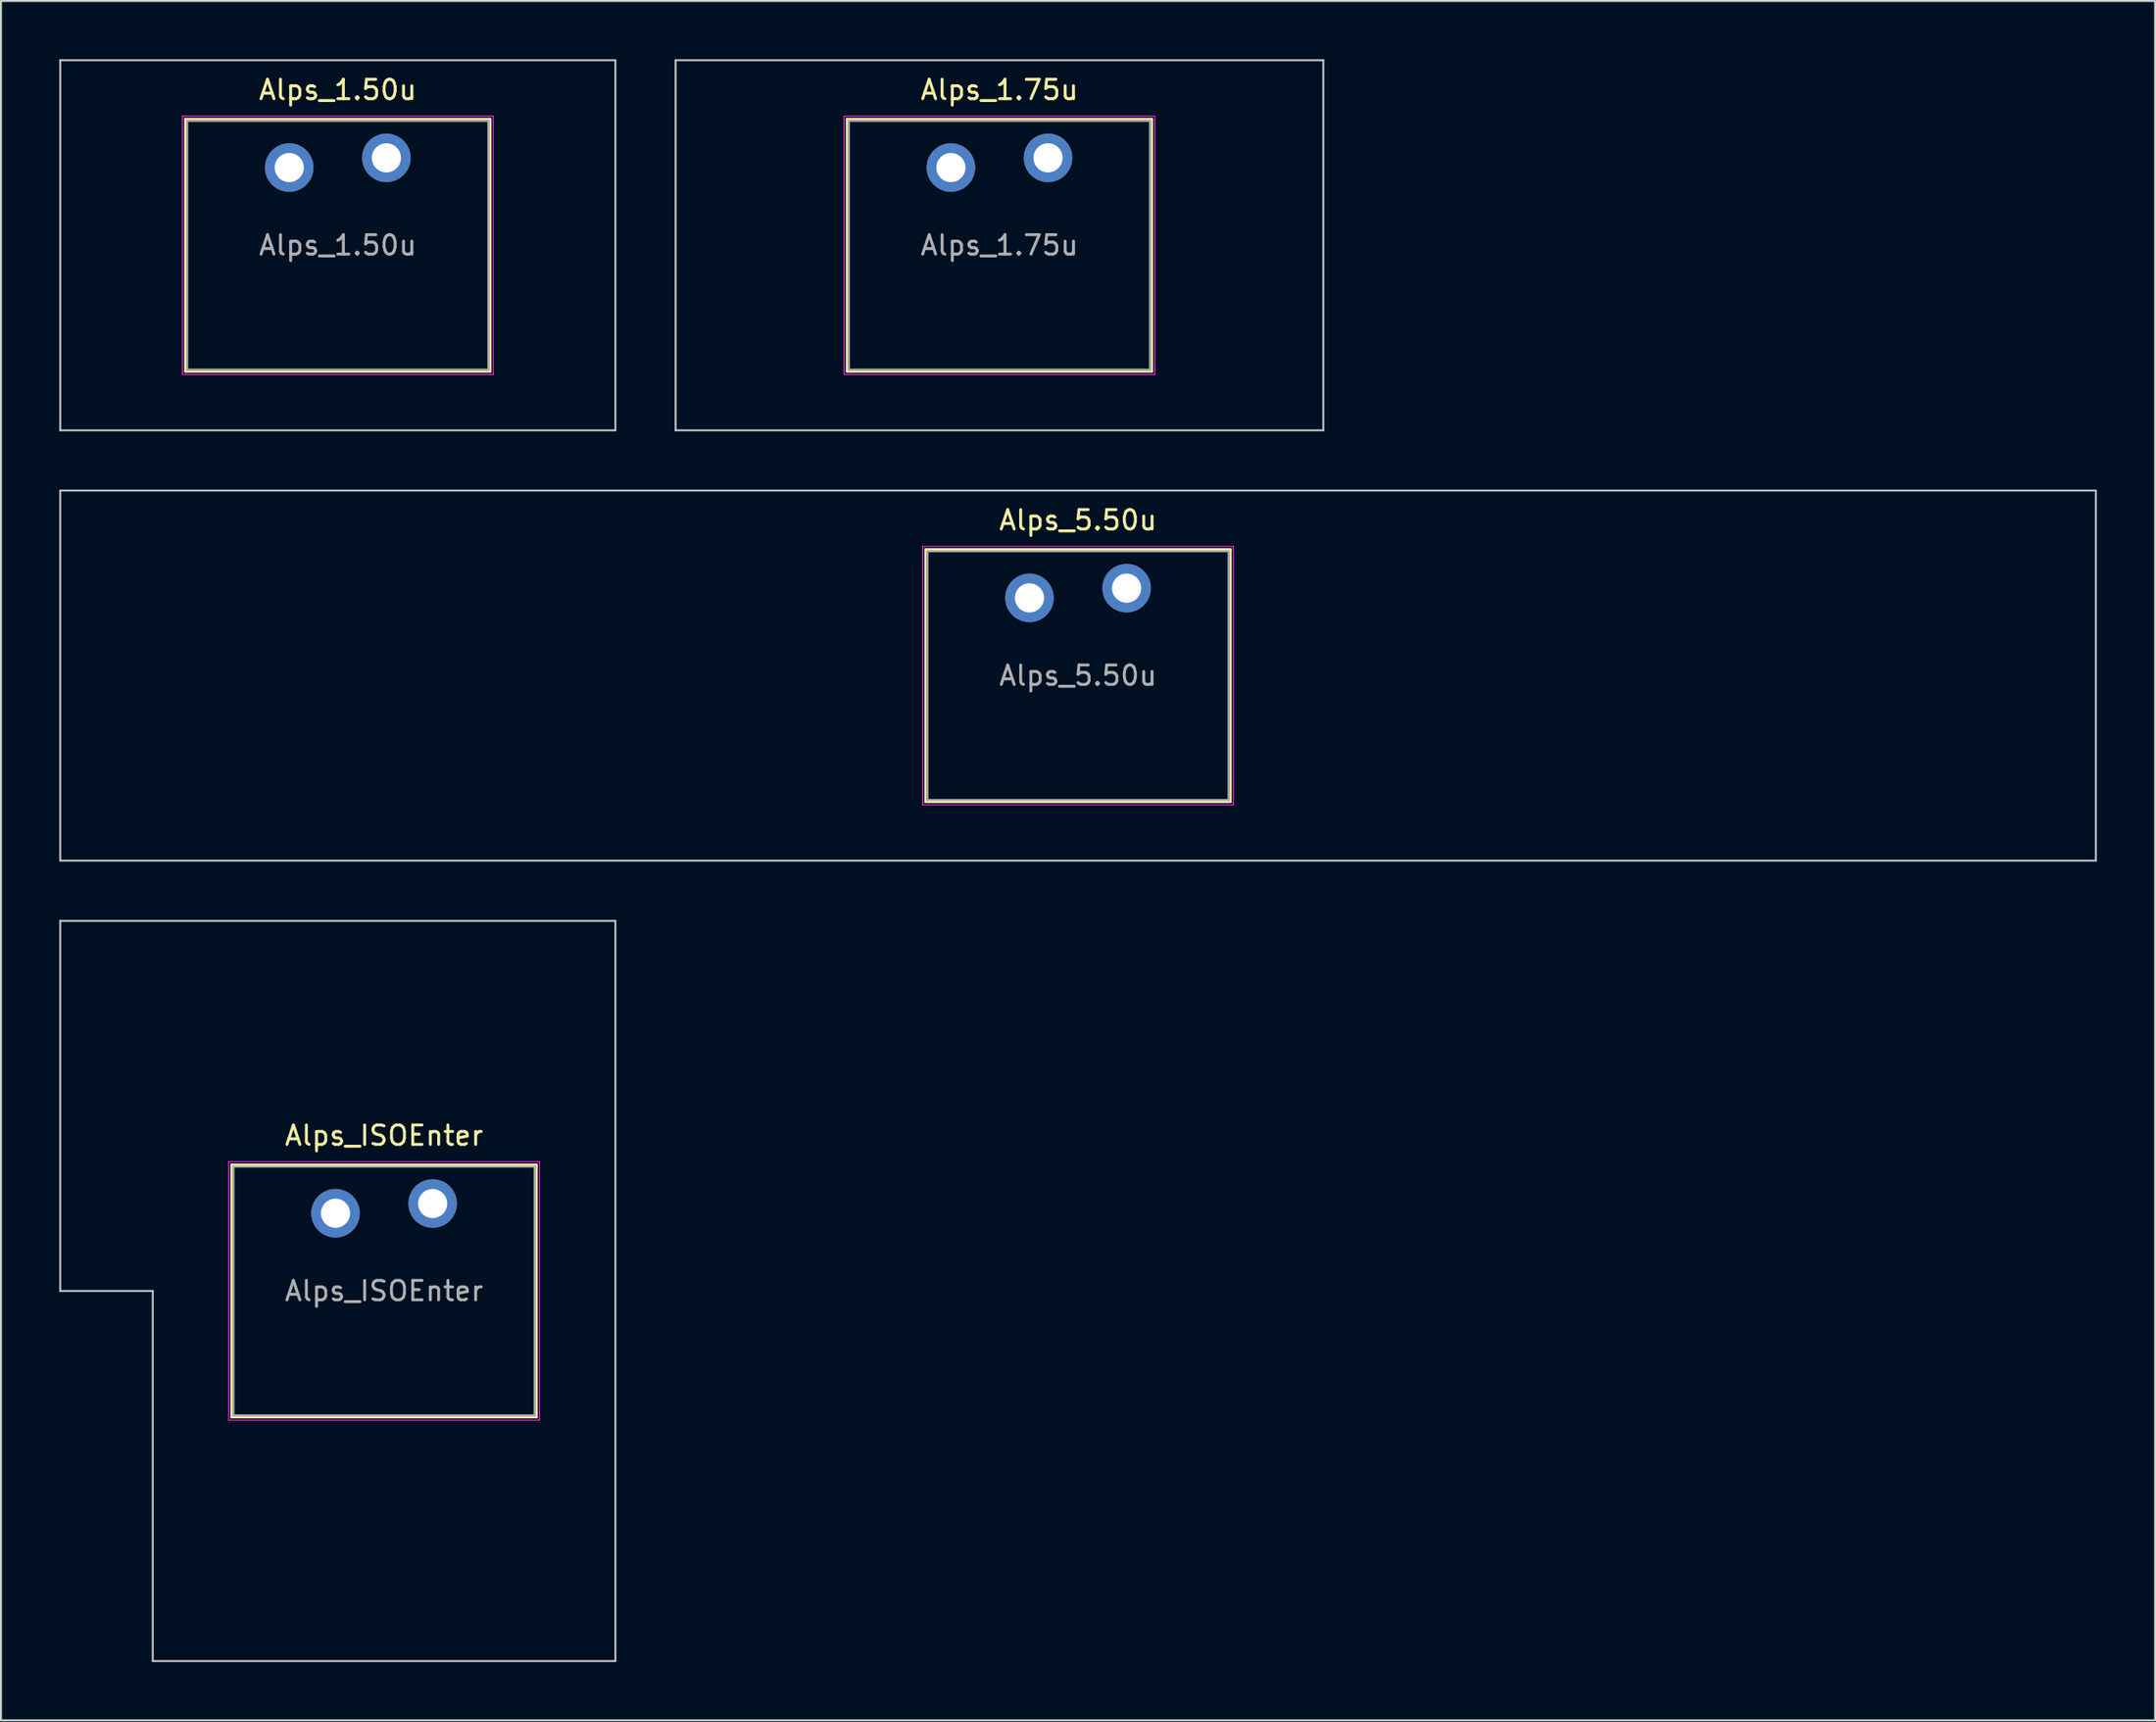
<source format=kicad_pcb>
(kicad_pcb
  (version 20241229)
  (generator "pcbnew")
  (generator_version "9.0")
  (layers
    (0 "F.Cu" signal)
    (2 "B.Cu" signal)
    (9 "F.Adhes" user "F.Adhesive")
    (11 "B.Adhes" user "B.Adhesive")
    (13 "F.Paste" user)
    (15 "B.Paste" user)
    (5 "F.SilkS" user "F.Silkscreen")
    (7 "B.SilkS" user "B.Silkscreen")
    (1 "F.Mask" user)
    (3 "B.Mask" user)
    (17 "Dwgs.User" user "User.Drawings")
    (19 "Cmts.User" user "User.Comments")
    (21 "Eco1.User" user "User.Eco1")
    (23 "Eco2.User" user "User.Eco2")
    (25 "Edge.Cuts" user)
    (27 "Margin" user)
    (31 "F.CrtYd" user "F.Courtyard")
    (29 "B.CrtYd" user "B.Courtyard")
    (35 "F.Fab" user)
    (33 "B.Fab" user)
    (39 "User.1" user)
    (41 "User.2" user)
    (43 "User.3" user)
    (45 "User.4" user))
  (footprint "Alps_5.50u"
    (layer "F.Cu")
    (at 52.438 31.725)
    (property "Reference" "Alps_5.50u" (at 0 -8 0) (layer "F.SilkS") (effects (font (size 1 1) (thickness 0.15))))
    (attr through_hole)
    (fp_line (start -7.85 -6.5) (end -7.85 6.5) (stroke (width 0.12) (type solid)) (layer "F.SilkS"))
    (fp_line (start -7.85 6.5) (end 7.85 6.5) (stroke (width 0.12) (type solid)) (layer "F.SilkS"))
    (fp_line (start 7.85 -6.5) (end -7.85 -6.5) (stroke (width 0.12) (type solid)) (layer "F.SilkS"))
    (fp_line (start 7.85 6.5) (end 7.85 -6.5) (stroke (width 0.12) (type solid)) (layer "F.SilkS"))
    (fp_line (start -52.388 -9.525) (end -52.388 9.525) (stroke (width 0.1) (type solid)) (layer "Dwgs.User"))
    (fp_line (start -52.388 9.525) (end 52.388 9.525) (stroke (width 0.1) (type solid)) (layer "Dwgs.User"))
    (fp_line (start 52.388 -9.525) (end -52.388 -9.525) (stroke (width 0.1) (type solid)) (layer "Dwgs.User"))
    (fp_line (start 52.388 9.525) (end 52.388 -9.525) (stroke (width 0.1) (type solid)) (layer "Dwgs.User"))
    (fp_line (start -7.75 -6.4) (end -7.75 6.4) (stroke (width 0.1) (type solid)) (layer "Eco1.User"))
    (fp_line (start -7.75 6.4) (end 7.75 6.4) (stroke (width 0.1) (type solid)) (layer "Eco1.User"))
    (fp_line (start 7.75 -6.4) (end -7.75 -6.4) (stroke (width 0.1) (type solid)) (layer "Eco1.User"))
    (fp_line (start 7.75 6.4) (end 7.75 -6.4) (stroke (width 0.1) (type solid)) (layer "Eco1.User"))
    (fp_line (start -8 -6.65) (end -8 6.65) (stroke (width 0.05) (type solid)) (layer "F.CrtYd"))
    (fp_line (start -8 6.65) (end 8 6.65) (stroke (width 0.05) (type solid)) (layer "F.CrtYd"))
    (fp_line (start 8 -6.65) (end -8 -6.65) (stroke (width 0.05) (type solid)) (layer "F.CrtYd"))
    (fp_line (start 8 6.65) (end 8 -6.65) (stroke (width 0.05) (type solid)) (layer "F.CrtYd"))
    (fp_line (start -7.75 -6.4) (end -7.75 6.4) (stroke (width 0.1) (type solid)) (layer "F.Fab"))
    (fp_line (start -7.75 6.4) (end 7.75 6.4) (stroke (width 0.1) (type solid)) (layer "F.Fab"))
    (fp_line (start 7.75 -6.4) (end -7.75 -6.4) (stroke (width 0.1) (type solid)) (layer "F.Fab"))
    (fp_line (start 7.75 6.4) (end 7.75 -6.4) (stroke (width 0.1) (type solid)) (layer "F.Fab"))
    (fp_text user "${REFERENCE}" (at 0 0 0) (layer "F.Fab") (effects (font (size 1 1) (thickness 0.15))))
    (pad "1" thru_hole circle (at -2.5 -4) (size 2.5 2.5) (drill 1.5) (layers "*.Cu" "*.Mask"))
    (pad "2" thru_hole circle (at 2.5 -4.5) (size 2.5 2.5) (drill 1.5) (layers "*.Cu" "*.Mask")))
  (footprint "Alps_1.75u"
    (layer "F.Cu")
    (at 48.394 9.575)
    (property "Reference" "Alps_1.75u" (at 0 -8 0) (layer "F.SilkS") (effects (font (size 1 1) (thickness 0.15))))
    (attr through_hole)
    (fp_line (start -7.85 -6.5) (end -7.85 6.5) (stroke (width 0.12) (type solid)) (layer "F.SilkS"))
    (fp_line (start -7.85 6.5) (end 7.85 6.5) (stroke (width 0.12) (type solid)) (layer "F.SilkS"))
    (fp_line (start 7.85 -6.5) (end -7.85 -6.5) (stroke (width 0.12) (type solid)) (layer "F.SilkS"))
    (fp_line (start 7.85 6.5) (end 7.85 -6.5) (stroke (width 0.12) (type solid)) (layer "F.SilkS"))
    (fp_line (start -16.669 -9.525) (end -16.669 9.525) (stroke (width 0.1) (type solid)) (layer "Dwgs.User"))
    (fp_line (start -16.669 9.525) (end 16.669 9.525) (stroke (width 0.1) (type solid)) (layer "Dwgs.User"))
    (fp_line (start 16.669 -9.525) (end -16.669 -9.525) (stroke (width 0.1) (type solid)) (layer "Dwgs.User"))
    (fp_line (start 16.669 9.525) (end 16.669 -9.525) (stroke (width 0.1) (type solid)) (layer "Dwgs.User"))
    (fp_line (start -7.75 -6.4) (end -7.75 6.4) (stroke (width 0.1) (type solid)) (layer "Eco1.User"))
    (fp_line (start -7.75 6.4) (end 7.75 6.4) (stroke (width 0.1) (type solid)) (layer "Eco1.User"))
    (fp_line (start 7.75 -6.4) (end -7.75 -6.4) (stroke (width 0.1) (type solid)) (layer "Eco1.User"))
    (fp_line (start 7.75 6.4) (end 7.75 -6.4) (stroke (width 0.1) (type solid)) (layer "Eco1.User"))
    (fp_line (start -8 -6.65) (end -8 6.65) (stroke (width 0.05) (type solid)) (layer "F.CrtYd"))
    (fp_line (start -8 6.65) (end 8 6.65) (stroke (width 0.05) (type solid)) (layer "F.CrtYd"))
    (fp_line (start 8 -6.65) (end -8 -6.65) (stroke (width 0.05) (type solid)) (layer "F.CrtYd"))
    (fp_line (start 8 6.65) (end 8 -6.65) (stroke (width 0.05) (type solid)) (layer "F.CrtYd"))
    (fp_line (start -7.75 -6.4) (end -7.75 6.4) (stroke (width 0.1) (type solid)) (layer "F.Fab"))
    (fp_line (start -7.75 6.4) (end 7.75 6.4) (stroke (width 0.1) (type solid)) (layer "F.Fab"))
    (fp_line (start 7.75 -6.4) (end -7.75 -6.4) (stroke (width 0.1) (type solid)) (layer "F.Fab"))
    (fp_line (start 7.75 6.4) (end 7.75 -6.4) (stroke (width 0.1) (type solid)) (layer "F.Fab"))
    (fp_text user "${REFERENCE}" (at 0 0 0) (layer "F.Fab") (effects (font (size 1 1) (thickness 0.15))))
    (pad "1" thru_hole circle (at -2.5 -4) (size 2.5 2.5) (drill 1.5) (layers "*.Cu" "*.Mask"))
    (pad "2" thru_hole circle (at 2.5 -4.5) (size 2.5 2.5) (drill 1.5) (layers "*.Cu" "*.Mask")))
  (footprint "Alps_ISOEnter"
    (layer "F.Cu")
    (at 16.719 63.4)
    (property "Reference" "Alps_ISOEnter" (at 0 -8 0) (layer "F.SilkS") (effects (font (size 1 1) (thickness 0.15))))
    (attr through_hole)
    (fp_line (start -7.85 -6.5) (end -7.85 6.5) (stroke (width 0.12) (type solid)) (layer "F.SilkS"))
    (fp_line (start -7.85 6.5) (end 7.85 6.5) (stroke (width 0.12) (type solid)) (layer "F.SilkS"))
    (fp_line (start 7.85 -6.5) (end -7.85 -6.5) (stroke (width 0.12) (type solid)) (layer "F.SilkS"))
    (fp_line (start 7.85 6.5) (end 7.85 -6.5) (stroke (width 0.12) (type solid)) (layer "F.SilkS"))
    (fp_line (start -16.669 -19.05) (end -16.669 0) (stroke (width 0.1) (type solid)) (layer "Dwgs.User"))
    (fp_line (start -16.669 0) (end -11.906 0) (stroke (width 0.1) (type solid)) (layer "Dwgs.User"))
    (fp_line (start -11.906 0) (end -11.906 19.05) (stroke (width 0.1) (type solid)) (layer "Dwgs.User"))
    (fp_line (start -11.906 19.05) (end 11.906 19.05) (stroke (width 0.1) (type solid)) (layer "Dwgs.User"))
    (fp_line (start 11.906 -19.05) (end -16.669 -19.05) (stroke (width 0.1) (type solid)) (layer "Dwgs.User"))
    (fp_line (start 11.906 19.05) (end 11.906 -19.05) (stroke (width 0.1) (type solid)) (layer "Dwgs.User"))
    (fp_line (start -7.75 -6.4) (end -7.75 6.4) (stroke (width 0.1) (type solid)) (layer "Eco1.User"))
    (fp_line (start -7.75 6.4) (end 7.75 6.4) (stroke (width 0.1) (type solid)) (layer "Eco1.User"))
    (fp_line (start 7.75 -6.4) (end -7.75 -6.4) (stroke (width 0.1) (type solid)) (layer "Eco1.User"))
    (fp_line (start 7.75 6.4) (end 7.75 -6.4) (stroke (width 0.1) (type solid)) (layer "Eco1.User"))
    (fp_line (start -8 -6.65) (end -8 6.65) (stroke (width 0.05) (type solid)) (layer "F.CrtYd"))
    (fp_line (start -8 6.65) (end 8 6.65) (stroke (width 0.05) (type solid)) (layer "F.CrtYd"))
    (fp_line (start 8 -6.65) (end -8 -6.65) (stroke (width 0.05) (type solid)) (layer "F.CrtYd"))
    (fp_line (start 8 6.65) (end 8 -6.65) (stroke (width 0.05) (type solid)) (layer "F.CrtYd"))
    (fp_line (start -7.75 -6.4) (end -7.75 6.4) (stroke (width 0.1) (type solid)) (layer "F.Fab"))
    (fp_line (start -7.75 6.4) (end 7.75 6.4) (stroke (width 0.1) (type solid)) (layer "F.Fab"))
    (fp_line (start 7.75 -6.4) (end -7.75 -6.4) (stroke (width 0.1) (type solid)) (layer "F.Fab"))
    (fp_line (start 7.75 6.4) (end 7.75 -6.4) (stroke (width 0.1) (type solid)) (layer "F.Fab"))
    (fp_text user "${REFERENCE}" (at 0 0 0) (layer "F.Fab") (effects (font (size 1 1) (thickness 0.15))))
    (pad "1" thru_hole circle (at -2.5 -4) (size 2.5 2.5) (drill 1.5) (layers "*.Cu" "*.Mask"))
    (pad "2" thru_hole circle (at 2.5 -4.5) (size 2.5 2.5) (drill 1.5) (layers "*.Cu" "*.Mask")))
  (footprint "Alps_1.50u"
    (layer "F.Cu")
    (at 14.338 9.575)
    (property "Reference" "Alps_1.50u" (at 0 -8 0) (layer "F.SilkS") (effects (font (size 1 1) (thickness 0.15))))
    (attr through_hole)
    (fp_line (start -7.85 -6.5) (end -7.85 6.5) (stroke (width 0.12) (type solid)) (layer "F.SilkS"))
    (fp_line (start -7.85 6.5) (end 7.85 6.5) (stroke (width 0.12) (type solid)) (layer "F.SilkS"))
    (fp_line (start 7.85 -6.5) (end -7.85 -6.5) (stroke (width 0.12) (type solid)) (layer "F.SilkS"))
    (fp_line (start 7.85 6.5) (end 7.85 -6.5) (stroke (width 0.12) (type solid)) (layer "F.SilkS"))
    (fp_line (start -14.287 -9.525) (end -14.287 9.525) (stroke (width 0.1) (type solid)) (layer "Dwgs.User"))
    (fp_line (start -14.287 9.525) (end 14.287 9.525) (stroke (width 0.1) (type solid)) (layer "Dwgs.User"))
    (fp_line (start 14.287 -9.525) (end -14.287 -9.525) (stroke (width 0.1) (type solid)) (layer "Dwgs.User"))
    (fp_line (start 14.287 9.525) (end 14.287 -9.525) (stroke (width 0.1) (type solid)) (layer "Dwgs.User"))
    (fp_line (start -7.75 -6.4) (end -7.75 6.4) (stroke (width 0.1) (type solid)) (layer "Eco1.User"))
    (fp_line (start -7.75 6.4) (end 7.75 6.4) (stroke (width 0.1) (type solid)) (layer "Eco1.User"))
    (fp_line (start 7.75 -6.4) (end -7.75 -6.4) (stroke (width 0.1) (type solid)) (layer "Eco1.User"))
    (fp_line (start 7.75 6.4) (end 7.75 -6.4) (stroke (width 0.1) (type solid)) (layer "Eco1.User"))
    (fp_line (start -8 -6.65) (end -8 6.65) (stroke (width 0.05) (type solid)) (layer "F.CrtYd"))
    (fp_line (start -8 6.65) (end 8 6.65) (stroke (width 0.05) (type solid)) (layer "F.CrtYd"))
    (fp_line (start 8 -6.65) (end -8 -6.65) (stroke (width 0.05) (type solid)) (layer "F.CrtYd"))
    (fp_line (start 8 6.65) (end 8 -6.65) (stroke (width 0.05) (type solid)) (layer "F.CrtYd"))
    (fp_line (start -7.75 -6.4) (end -7.75 6.4) (stroke (width 0.1) (type solid)) (layer "F.Fab"))
    (fp_line (start -7.75 6.4) (end 7.75 6.4) (stroke (width 0.1) (type solid)) (layer "F.Fab"))
    (fp_line (start 7.75 -6.4) (end -7.75 -6.4) (stroke (width 0.1) (type solid)) (layer "F.Fab"))
    (fp_line (start 7.75 6.4) (end 7.75 -6.4) (stroke (width 0.1) (type solid)) (layer "F.Fab"))
    (fp_text user "${REFERENCE}" (at 0 0 0) (layer "F.Fab") (effects (font (size 1 1) (thickness 0.15))))
    (pad "1" thru_hole circle (at -2.5 -4) (size 2.5 2.5) (drill 1.5) (layers "*.Cu" "*.Mask"))
    (pad "2" thru_hole circle (at 2.5 -4.5) (size 2.5 2.5) (drill 1.5) (layers "*.Cu" "*.Mask")))
  (gr_rect
    (start -3 -3)
    (end 107.875 85.5)
    (stroke (width 0.1) (type default))
    (fill no)
    (layer "Edge.Cuts")))
</source>
